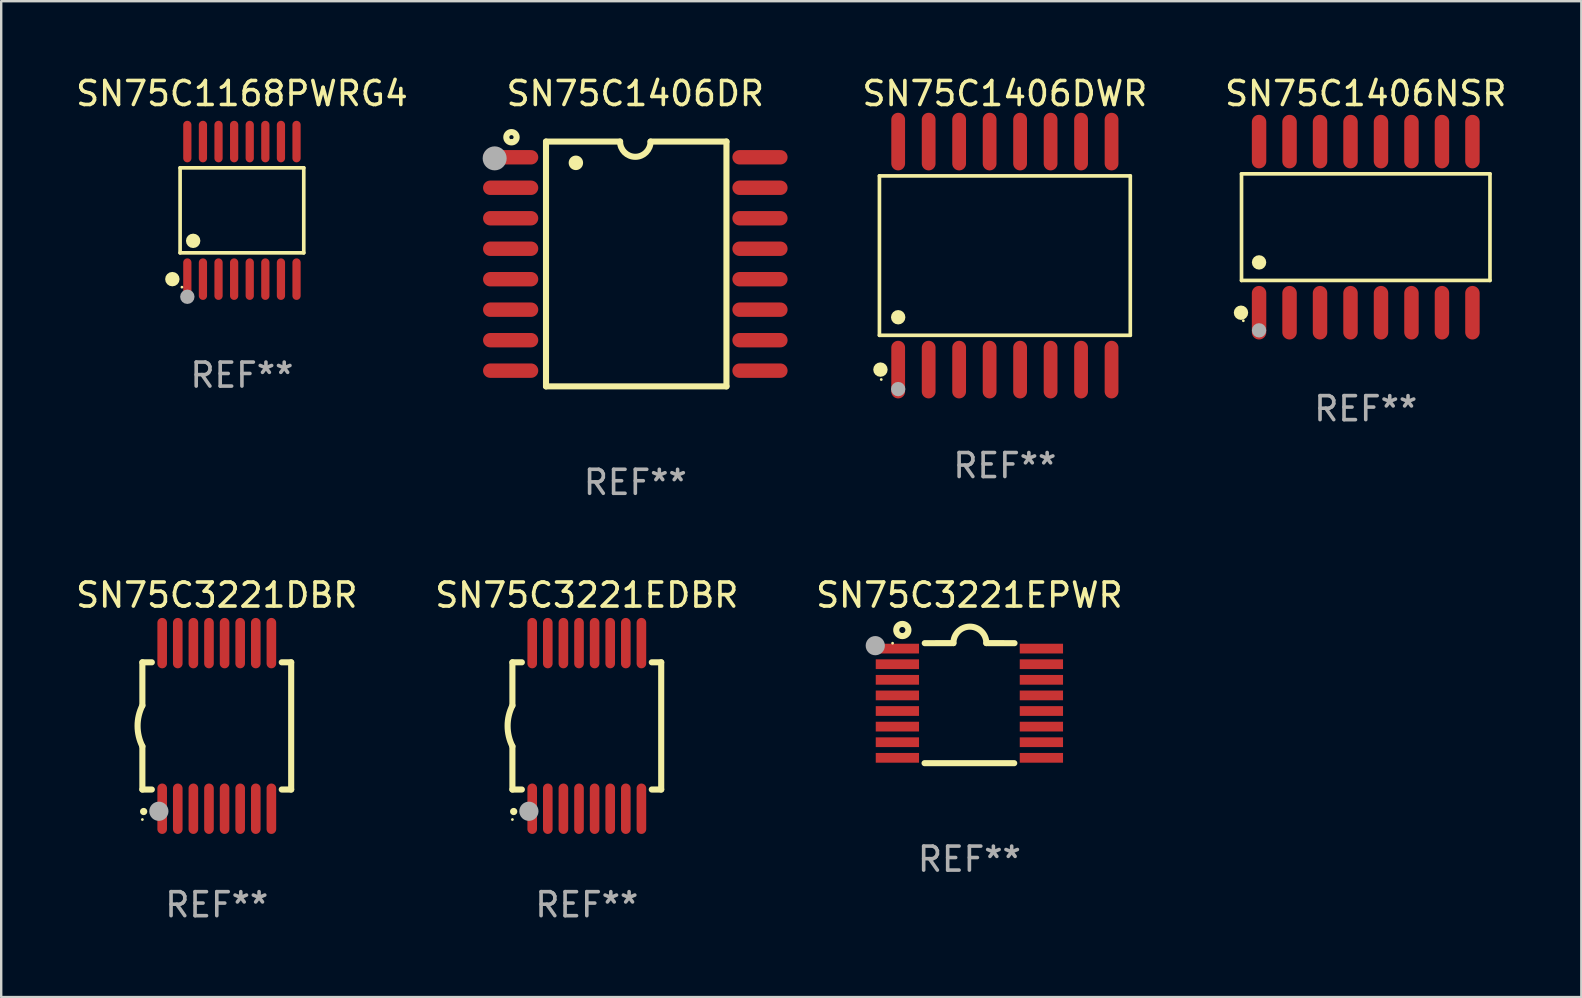
<source format=kicad_pcb>
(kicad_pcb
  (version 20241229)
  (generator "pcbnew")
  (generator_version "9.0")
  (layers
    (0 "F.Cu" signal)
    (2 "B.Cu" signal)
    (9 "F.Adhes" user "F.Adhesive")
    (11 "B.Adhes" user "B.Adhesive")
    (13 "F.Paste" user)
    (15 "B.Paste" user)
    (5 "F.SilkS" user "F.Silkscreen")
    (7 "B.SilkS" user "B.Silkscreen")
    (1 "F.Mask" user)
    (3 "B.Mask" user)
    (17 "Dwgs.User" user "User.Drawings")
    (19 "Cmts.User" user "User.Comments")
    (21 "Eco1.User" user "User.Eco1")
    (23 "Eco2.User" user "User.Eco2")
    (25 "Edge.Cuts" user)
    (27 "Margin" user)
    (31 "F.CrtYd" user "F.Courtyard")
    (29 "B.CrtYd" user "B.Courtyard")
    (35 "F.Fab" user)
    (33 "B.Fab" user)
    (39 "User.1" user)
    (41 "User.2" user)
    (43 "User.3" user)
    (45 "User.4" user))
  (footprint "SN75C1168PWRG4"
    (layer "F.Cu")
    (at 7.03 5.714)
    (property "Reference" "SN75C1168PWRG4" (at 0 -4.866 0) (layer "F.SilkS") (effects (font (size 1 1) (thickness 0.15))))
    (attr through_hole)
    (fp_line (start -2.576 -1.772) (end 2.576 -1.772) (stroke (width 0.152) (type solid)) (layer "F.SilkS"))
    (fp_line (start -2.576 1.771) (end -2.576 -1.772) (stroke (width 0.152) (type solid)) (layer "F.SilkS"))
    (fp_line (start 2.576 -1.772) (end 2.576 1.771) (stroke (width 0.152) (type solid)) (layer "F.SilkS"))
    (fp_line (start 2.576 1.771) (end -2.576 1.771) (stroke (width 0.152) (type solid)) (layer "F.SilkS"))
    (fp_circle (center -2.899 2.866) (end -2.749 2.866) (stroke (width 0.3) (type solid)) (fill no) (layer "F.SilkS"))
    (fp_circle (center -2.5 3.2) (end -2.47 3.2) (stroke (width 0.06) (type solid)) (fill no) (layer "F.SilkS"))
    (fp_circle (center -2.032 1.27) (end -1.882 1.27) (stroke (width 0.3) (type solid)) (fill no) (layer "F.SilkS"))
    (fp_circle (center -2.275 3.6) (end -2.125 3.6) (stroke (width 0.3) (type solid)) (fill no) (layer "F.Fab"))
    (fp_text user "REF**" (at 0 6.866 0) (layer "F.Fab") (effects (font (size 1 1) (thickness 0.15))))
    (pad "1" smd oval (at -2.275 2.866) (size 0.343 1.731) (layers "F.Cu" "F.Mask" "F.Paste"))
    (pad "2" smd oval (at -1.625 2.866) (size 0.343 1.731) (layers "F.Cu" "F.Mask" "F.Paste"))
    (pad "3" smd oval (at -0.975 2.866) (size 0.343 1.731) (layers "F.Cu" "F.Mask" "F.Paste"))
    (pad "4" smd oval (at -0.325 2.866) (size 0.343 1.731) (layers "F.Cu" "F.Mask" "F.Paste"))
    (pad "5" smd oval (at 0.325 2.866) (size 0.343 1.731) (layers "F.Cu" "F.Mask" "F.Paste"))
    (pad "6" smd oval (at 0.975 2.866) (size 0.343 1.731) (layers "F.Cu" "F.Mask" "F.Paste"))
    (pad "7" smd oval (at 1.625 2.866) (size 0.343 1.731) (layers "F.Cu" "F.Mask" "F.Paste"))
    (pad "8" smd oval (at 2.275 2.866) (size 0.343 1.731) (layers "F.Cu" "F.Mask" "F.Paste"))
    (pad "9" smd oval (at 2.275 -2.866) (size 0.343 1.731) (layers "F.Cu" "F.Mask" "F.Paste"))
    (pad "10" smd oval (at 1.625 -2.866) (size 0.343 1.731) (layers "F.Cu" "F.Mask" "F.Paste"))
    (pad "11" smd oval (at 0.975 -2.866) (size 0.343 1.731) (layers "F.Cu" "F.Mask" "F.Paste"))
    (pad "12" smd oval (at 0.325 -2.866) (size 0.343 1.731) (layers "F.Cu" "F.Mask" "F.Paste"))
    (pad "13" smd oval (at -0.325 -2.866) (size 0.343 1.731) (layers "F.Cu" "F.Mask" "F.Paste"))
    (pad "14" smd oval (at -0.975 -2.866) (size 0.343 1.731) (layers "F.Cu" "F.Mask" "F.Paste"))
    (pad "15" smd oval (at -1.625 -2.866) (size 0.343 1.731) (layers "F.Cu" "F.Mask" "F.Paste"))
    (pad "16" smd oval (at -2.275 -2.866) (size 0.343 1.731) (layers "F.Cu" "F.Mask" "F.Paste")))
  (footprint "SN75C3221DBR"
    (layer "F.Cu")
    (at 5.982 27.195)
    (property "Reference" "SN75C3221DBR" (at 0 -5.45 0) (layer "F.SilkS") (effects (font (size 1 1) (thickness 0.15))))
    (attr through_hole)
    (fp_line (start -3.1 -2.65) (end -3.1 -0.85) (stroke (width 0.254) (type solid)) (layer "F.SilkS"))
    (fp_line (start -3.1 -2.65) (end -2.706 -2.65) (stroke (width 0.254) (type solid)) (layer "F.SilkS"))
    (fp_line (start -3.1 2.65) (end -3.1 0.85) (stroke (width 0.254) (type solid)) (layer "F.SilkS"))
    (fp_line (start -3.1 2.65) (end -2.706 2.65) (stroke (width 0.254) (type solid)) (layer "F.SilkS"))
    (fp_line (start 2.706 -2.65) (end 3.1 -2.65) (stroke (width 0.254) (type solid)) (layer "F.SilkS"))
    (fp_line (start 2.706 2.65) (end 3.1 2.65) (stroke (width 0.254) (type solid)) (layer "F.SilkS"))
    (fp_line (start 3.1 -2.65) (end 3.1 2.65) (stroke (width 0.254) (type solid)) (layer "F.SilkS"))
    (fp_arc (start -3.098907 0.850902) (mid -3.300057 0.000523) (end -3.1 -0.850114) (stroke (width 0.254001) (type solid)) (layer "F.SilkS"))
    (fp_arc (start -3.048006 3.566066) (mid -3.046736 3.566061) (end -3.045466 3.566066) (stroke (width 0.3) (type solid)) (layer "F.SilkS"))
    (fp_circle (center -3.1 3.9) (end -3.07 3.9) (stroke (width 0.06) (type solid)) (fill no) (layer "F.SilkS"))
    (fp_circle (center -2.413 3.556) (end -2.213 3.556) (stroke (width 0.4) (type solid)) (fill no) (layer "F.Fab"))
    (fp_text user "REF**" (at 0 7.45 0) (layer "F.Fab") (effects (font (size 1 1) (thickness 0.15))))
    (pad "1" smd oval (at -2.275 3.45 180) (size 0.4 2.1) (layers "F.Cu" "F.Mask" "F.Paste"))
    (pad "2" smd oval (at -1.625 3.45 180) (size 0.4 2.1) (layers "F.Cu" "F.Mask" "F.Paste"))
    (pad "3" smd oval (at -0.975 3.45 180) (size 0.4 2.1) (layers "F.Cu" "F.Mask" "F.Paste"))
    (pad "4" smd oval (at -0.325 3.45 180) (size 0.4 2.1) (layers "F.Cu" "F.Mask" "F.Paste"))
    (pad "5" smd oval (at 0.325 3.45 180) (size 0.4 2.1) (layers "F.Cu" "F.Mask" "F.Paste"))
    (pad "6" smd oval (at 0.975 3.45 180) (size 0.4 2.1) (layers "F.Cu" "F.Mask" "F.Paste"))
    (pad "7" smd oval (at 1.625 3.45 180) (size 0.4 2.1) (layers "F.Cu" "F.Mask" "F.Paste"))
    (pad "8" smd oval (at 2.275 3.45 180) (size 0.4 2.1) (layers "F.Cu" "F.Mask" "F.Paste"))
    (pad "9" smd oval (at 2.275 -3.45 180) (size 0.4 2.1) (layers "F.Cu" "F.Mask" "F.Paste"))
    (pad "10" smd oval (at 1.625 -3.45 180) (size 0.4 2.1) (layers "F.Cu" "F.Mask" "F.Paste"))
    (pad "11" smd oval (at 0.975 -3.45 180) (size 0.4 2.1) (layers "F.Cu" "F.Mask" "F.Paste"))
    (pad "12" smd oval (at 0.325 -3.45 180) (size 0.4 2.1) (layers "F.Cu" "F.Mask" "F.Paste"))
    (pad "13" smd oval (at -0.325 -3.45 180) (size 0.4 2.1) (layers "F.Cu" "F.Mask" "F.Paste"))
    (pad "14" smd oval (at -0.975 -3.45 180) (size 0.4 2.1) (layers "F.Cu" "F.Mask" "F.Paste"))
    (pad "15" smd oval (at -1.625 -3.45 180) (size 0.4 2.1) (layers "F.Cu" "F.Mask" "F.Paste"))
    (pad "16" smd oval (at -2.275 -3.45 180) (size 0.4 2.1) (layers "F.Cu" "F.Mask" "F.Paste")))
  (footprint "SN75C3221EDBR"
    (layer "F.Cu")
    (at 21.399 27.195)
    (property "Reference" "SN75C3221EDBR" (at 0 -5.45 0) (layer "F.SilkS") (effects (font (size 1 1) (thickness 0.15))))
    (attr through_hole)
    (fp_line (start -3.1 -2.65) (end -3.1 -0.85) (stroke (width 0.254) (type solid)) (layer "F.SilkS"))
    (fp_line (start -3.1 -2.65) (end -2.706 -2.65) (stroke (width 0.254) (type solid)) (layer "F.SilkS"))
    (fp_line (start -3.1 2.65) (end -3.1 0.85) (stroke (width 0.254) (type solid)) (layer "F.SilkS"))
    (fp_line (start -3.1 2.65) (end -2.706 2.65) (stroke (width 0.254) (type solid)) (layer "F.SilkS"))
    (fp_line (start 2.706 -2.65) (end 3.1 -2.65) (stroke (width 0.254) (type solid)) (layer "F.SilkS"))
    (fp_line (start 2.706 2.65) (end 3.1 2.65) (stroke (width 0.254) (type solid)) (layer "F.SilkS"))
    (fp_line (start 3.1 -2.65) (end 3.1 2.65) (stroke (width 0.254) (type solid)) (layer "F.SilkS"))
    (fp_arc (start -3.098907 0.850902) (mid -3.300057 0.000523) (end -3.1 -0.850114) (stroke (width 0.254001) (type solid)) (layer "F.SilkS"))
    (fp_arc (start -3.048006 3.566066) (mid -3.046736 3.566061) (end -3.045466 3.566066) (stroke (width 0.3) (type solid)) (layer "F.SilkS"))
    (fp_circle (center -3.1 3.9) (end -3.07 3.9) (stroke (width 0.06) (type solid)) (fill no) (layer "F.SilkS"))
    (fp_circle (center -2.413 3.556) (end -2.213 3.556) (stroke (width 0.4) (type solid)) (fill no) (layer "F.Fab"))
    (fp_text user "REF**" (at 0 7.45 0) (layer "F.Fab") (effects (font (size 1 1) (thickness 0.15))))
    (pad "1" smd oval (at -2.275 3.45 180) (size 0.4 2.1) (layers "F.Cu" "F.Mask" "F.Paste"))
    (pad "2" smd oval (at -1.625 3.45 180) (size 0.4 2.1) (layers "F.Cu" "F.Mask" "F.Paste"))
    (pad "3" smd oval (at -0.975 3.45 180) (size 0.4 2.1) (layers "F.Cu" "F.Mask" "F.Paste"))
    (pad "4" smd oval (at -0.325 3.45 180) (size 0.4 2.1) (layers "F.Cu" "F.Mask" "F.Paste"))
    (pad "5" smd oval (at 0.325 3.45 180) (size 0.4 2.1) (layers "F.Cu" "F.Mask" "F.Paste"))
    (pad "6" smd oval (at 0.975 3.45 180) (size 0.4 2.1) (layers "F.Cu" "F.Mask" "F.Paste"))
    (pad "7" smd oval (at 1.625 3.45 180) (size 0.4 2.1) (layers "F.Cu" "F.Mask" "F.Paste"))
    (pad "8" smd oval (at 2.275 3.45 180) (size 0.4 2.1) (layers "F.Cu" "F.Mask" "F.Paste"))
    (pad "9" smd oval (at 2.275 -3.45 180) (size 0.4 2.1) (layers "F.Cu" "F.Mask" "F.Paste"))
    (pad "10" smd oval (at 1.625 -3.45 180) (size 0.4 2.1) (layers "F.Cu" "F.Mask" "F.Paste"))
    (pad "11" smd oval (at 0.975 -3.45 180) (size 0.4 2.1) (layers "F.Cu" "F.Mask" "F.Paste"))
    (pad "12" smd oval (at 0.325 -3.45 180) (size 0.4 2.1) (layers "F.Cu" "F.Mask" "F.Paste"))
    (pad "13" smd oval (at -0.325 -3.45 180) (size 0.4 2.1) (layers "F.Cu" "F.Mask" "F.Paste"))
    (pad "14" smd oval (at -0.975 -3.45 180) (size 0.4 2.1) (layers "F.Cu" "F.Mask" "F.Paste"))
    (pad "15" smd oval (at -1.625 -3.45 180) (size 0.4 2.1) (layers "F.Cu" "F.Mask" "F.Paste"))
    (pad "16" smd oval (at -2.275 -3.45 180) (size 0.4 2.1) (layers "F.Cu" "F.Mask" "F.Paste")))
  (footprint "SN75C1406DWR"
    (layer "F.Cu")
    (at 38.817 7.599)
    (property "Reference" "SN75C1406DWR" (at 0 -6.75 0) (layer "F.SilkS") (effects (font (size 1 1) (thickness 0.15))))
    (attr through_hole)
    (fp_line (start -5.226 -3.321) (end 5.226 -3.321) (stroke (width 0.152) (type solid)) (layer "F.SilkS"))
    (fp_line (start -5.226 3.321) (end -5.226 -3.321) (stroke (width 0.152) (type solid)) (layer "F.SilkS"))
    (fp_line (start 5.226 -3.321) (end 5.226 3.321) (stroke (width 0.152) (type solid)) (layer "F.SilkS"))
    (fp_line (start 5.226 3.321) (end -5.226 3.321) (stroke (width 0.152) (type solid)) (layer "F.SilkS"))
    (fp_circle (center -5.184 4.75) (end -5.034 4.75) (stroke (width 0.3) (type solid)) (fill no) (layer "F.SilkS"))
    (fp_circle (center -5.15 5.163) (end -5.12 5.163) (stroke (width 0.06) (type solid)) (fill no) (layer "F.SilkS"))
    (fp_circle (center -4.445 2.569) (end -4.295 2.569) (stroke (width 0.3) (type solid)) (fill no) (layer "F.SilkS"))
    (fp_circle (center -4.445 5.563) (end -4.295 5.563) (stroke (width 0.3) (type solid)) (fill no) (layer "F.Fab"))
    (fp_text user "REF**" (at 0 8.75 0) (layer "F.Fab") (effects (font (size 1 1) (thickness 0.15))))
    (pad "1" smd oval (at -4.445 4.75) (size 0.574 2.401) (layers "F.Cu" "F.Mask" "F.Paste"))
    (pad "2" smd oval (at -3.175 4.75) (size 0.574 2.401) (layers "F.Cu" "F.Mask" "F.Paste"))
    (pad "3" smd oval (at -1.905 4.75) (size 0.574 2.401) (layers "F.Cu" "F.Mask" "F.Paste"))
    (pad "4" smd oval (at -0.635 4.75) (size 0.574 2.401) (layers "F.Cu" "F.Mask" "F.Paste"))
    (pad "5" smd oval (at 0.635 4.75) (size 0.574 2.401) (layers "F.Cu" "F.Mask" "F.Paste"))
    (pad "6" smd oval (at 1.905 4.75) (size 0.574 2.401) (layers "F.Cu" "F.Mask" "F.Paste"))
    (pad "7" smd oval (at 3.175 4.75) (size 0.574 2.401) (layers "F.Cu" "F.Mask" "F.Paste"))
    (pad "8" smd oval (at 4.445 4.75) (size 0.574 2.401) (layers "F.Cu" "F.Mask" "F.Paste"))
    (pad "9" smd oval (at 4.445 -4.75) (size 0.574 2.401) (layers "F.Cu" "F.Mask" "F.Paste"))
    (pad "10" smd oval (at 3.175 -4.75) (size 0.574 2.401) (layers "F.Cu" "F.Mask" "F.Paste"))
    (pad "11" smd oval (at 1.905 -4.75) (size 0.574 2.401) (layers "F.Cu" "F.Mask" "F.Paste"))
    (pad "12" smd oval (at 0.635 -4.75) (size 0.574 2.401) (layers "F.Cu" "F.Mask" "F.Paste"))
    (pad "13" smd oval (at -0.635 -4.75) (size 0.574 2.401) (layers "F.Cu" "F.Mask" "F.Paste"))
    (pad "14" smd oval (at -1.905 -4.75) (size 0.574 2.401) (layers "F.Cu" "F.Mask" "F.Paste"))
    (pad "15" smd oval (at -3.175 -4.75) (size 0.574 2.401) (layers "F.Cu" "F.Mask" "F.Paste"))
    (pad "16" smd oval (at -4.445 -4.75) (size 0.574 2.401) (layers "F.Cu" "F.Mask" "F.Paste")))
  (footprint "SN75C3221EPWR"
    (layer "F.Cu")
    (at 37.339 26.246)
    (property "Reference" "SN75C3221EPWR" (at 0 -4.501 0) (layer "F.SilkS") (effects (font (size 1 1) (thickness 0.15))))
    (attr through_hole)
    (fp_line (start -1.868 2.501) (end 1.868 2.501) (stroke (width 0.254) (type solid)) (layer "F.SilkS"))
    (fp_line (start -1.86 -2.499) (end -0.666 -2.501) (stroke (width 0.254) (type solid)) (layer "F.SilkS"))
    (fp_line (start 0.706 -2.501) (end 1.88 -2.499) (stroke (width 0.254) (type solid)) (layer "F.SilkS"))
    (fp_arc (start -0.665914 -2.501448) (mid 0.019888 -3.18725) (end 0.70569 -2.501448) (stroke (width 0.254001) (type solid)) (layer "F.SilkS"))
    (fp_circle (center -3.2 -2.497) (end -3.17 -2.497) (stroke (width 0.06) (type solid)) (fill no) (layer "F.SilkS"))
    (fp_circle (center -2.794 -3.047) (end -2.54 -3.047) (stroke (width 0.254) (type solid)) (fill no) (layer "F.SilkS"))
    (fp_circle (center -3.921 -2.395) (end -3.721 -2.395) (stroke (width 0.4) (type solid)) (fill no) (layer "F.Fab"))
    (fp_text user "REF**" (at 0 6.501 0) (layer "F.Fab") (effects (font (size 1 1) (thickness 0.15))))
    (pad "1" smd rect (at -3 -2.272) (size 1.803 0.406) (layers "F.Cu" "F.Mask" "F.Paste"))
    (pad "2" smd rect (at -3 -1.622) (size 1.803 0.406) (layers "F.Cu" "F.Mask" "F.Paste"))
    (pad "3" smd rect (at -3 -0.972) (size 1.803 0.406) (layers "F.Cu" "F.Mask" "F.Paste"))
    (pad "4" smd rect (at -3 -0.322) (size 1.803 0.406) (layers "F.Cu" "F.Mask" "F.Paste"))
    (pad "5" smd rect (at -3 0.328) (size 1.803 0.406) (layers "F.Cu" "F.Mask" "F.Paste"))
    (pad "6" smd rect (at -3 0.978) (size 1.803 0.406) (layers "F.Cu" "F.Mask" "F.Paste"))
    (pad "7" smd rect (at -3 1.628) (size 1.803 0.406) (layers "F.Cu" "F.Mask" "F.Paste"))
    (pad "8" smd rect (at -3 2.278) (size 1.803 0.406) (layers "F.Cu" "F.Mask" "F.Paste"))
    (pad "9" smd rect (at 3 2.278) (size 1.803 0.406) (layers "F.Cu" "F.Mask" "F.Paste"))
    (pad "10" smd rect (at 3 1.628) (size 1.803 0.406) (layers "F.Cu" "F.Mask" "F.Paste"))
    (pad "11" smd rect (at 3 0.978) (size 1.803 0.406) (layers "F.Cu" "F.Mask" "F.Paste"))
    (pad "12" smd rect (at 3 0.328) (size 1.803 0.406) (layers "F.Cu" "F.Mask" "F.Paste"))
    (pad "13" smd rect (at 3 -0.322) (size 1.803 0.406) (layers "F.Cu" "F.Mask" "F.Paste"))
    (pad "14" smd rect (at 3 -0.972) (size 1.803 0.406) (layers "F.Cu" "F.Mask" "F.Paste"))
    (pad "15" smd rect (at 3 -1.622) (size 1.803 0.406) (layers "F.Cu" "F.Mask" "F.Paste"))
    (pad "16" smd rect (at 3 -2.272) (size 1.803 0.406) (layers "F.Cu" "F.Mask" "F.Paste")))
  (footprint "SN75C1406DR"
    (layer "F.Cu")
    (at 23.42 7.948)
    (property "Reference" "SN75C1406DR" (at 0 -7.1 0) (layer "F.SilkS") (effects (font (size 1 1) (thickness 0.15))))
    (attr through_hole)
    (fp_line (start -3.721 -5.1) (end -3.721 5.1) (stroke (width 0.254) (type solid)) (layer "F.SilkS"))
    (fp_line (start -3.721 -5.1) (end -0.635 -5.1) (stroke (width 0.254) (type solid)) (layer "F.SilkS"))
    (fp_line (start -3.721 5.1) (end 3.797 5.1) (stroke (width 0.254) (type solid)) (layer "F.SilkS"))
    (fp_line (start 3.797 -5.1) (end 0.635 -5.1) (stroke (width 0.254) (type solid)) (layer "F.SilkS"))
    (fp_line (start 3.797 5.1) (end 3.797 -5.1) (stroke (width 0.254) (type solid)) (layer "F.SilkS"))
    (fp_arc (start -2.476556 -4.211328) (mid -2.476567 -4.213868) (end -2.476556 -4.216408) (stroke (width 0.6) (type solid)) (layer "F.SilkS"))
    (fp_arc (start 0.63495 -5.100076) (mid -0.000178 -4.465329) (end -0.635052 -5.10033) (stroke (width 0.254001) (type solid)) (layer "F.SilkS"))
    (fp_circle (center -5.16 -5.28) (end -4.945 -5.28) (stroke (width 0.254) (type solid)) (fill no) (layer "F.SilkS"))
    (fp_circle (center -5.15 -5.15) (end -5.12 -5.15) (stroke (width 0.06) (type solid)) (fill no) (layer "F.SilkS"))
    (fp_circle (center -5.86 -4.4) (end -5.61 -4.4) (stroke (width 0.5) (type solid)) (fill no) (layer "F.Fab"))
    (fp_text user "REF**" (at 0 9.1 0) (layer "F.Fab") (effects (font (size 1 1) (thickness 0.15))))
    (pad "1" smd oval (at -5.194 -4.445) (size 2.3 0.6) (layers "F.Cu" "F.Mask" "F.Paste"))
    (pad "2" smd oval (at -5.194 -3.175) (size 2.3 0.6) (layers "F.Cu" "F.Mask" "F.Paste"))
    (pad "3" smd oval (at -5.194 -1.905) (size 2.3 0.6) (layers "F.Cu" "F.Mask" "F.Paste"))
    (pad "4" smd oval (at -5.194 -0.635) (size 2.3 0.6) (layers "F.Cu" "F.Mask" "F.Paste"))
    (pad "5" smd oval (at -5.194 0.635) (size 2.3 0.6) (layers "F.Cu" "F.Mask" "F.Paste"))
    (pad "6" smd oval (at -5.194 1.905) (size 2.3 0.6) (layers "F.Cu" "F.Mask" "F.Paste"))
    (pad "7" smd oval (at -5.194 3.175) (size 2.3 0.6) (layers "F.Cu" "F.Mask" "F.Paste"))
    (pad "8" smd oval (at -5.194 4.445) (size 2.3 0.6) (layers "F.Cu" "F.Mask" "F.Paste"))
    (pad "9" smd oval (at 5.194 4.445) (size 2.3 0.6) (layers "F.Cu" "F.Mask" "F.Paste"))
    (pad "10" smd oval (at 5.194 3.175) (size 2.3 0.6) (layers "F.Cu" "F.Mask" "F.Paste"))
    (pad "11" smd oval (at 5.194 1.905) (size 2.3 0.6) (layers "F.Cu" "F.Mask" "F.Paste"))
    (pad "12" smd oval (at 5.194 0.635) (size 2.3 0.6) (layers "F.Cu" "F.Mask" "F.Paste"))
    (pad "13" smd oval (at 5.194 -0.635) (size 2.3 0.6) (layers "F.Cu" "F.Mask" "F.Paste"))
    (pad "14" smd oval (at 5.194 -1.905) (size 2.3 0.6) (layers "F.Cu" "F.Mask" "F.Paste"))
    (pad "15" smd oval (at 5.194 -3.175) (size 2.3 0.6) (layers "F.Cu" "F.Mask" "F.Paste"))
    (pad "16" smd oval (at 5.194 -4.445) (size 2.3 0.6) (layers "F.Cu" "F.Mask" "F.Paste")))
  (footprint "SN75C1406NSR"
    (layer "F.Cu")
    (at 53.853 6.414)
    (property "Reference" "SN75C1406NSR" (at 0 -5.565 0) (layer "F.SilkS") (effects (font (size 1 1) (thickness 0.15))))
    (attr through_hole)
    (fp_line (start -5.176 -2.221) (end 5.176 -2.221) (stroke (width 0.152) (type solid)) (layer "F.SilkS"))
    (fp_line (start -5.176 2.221) (end -5.176 -2.221) (stroke (width 0.152) (type solid)) (layer "F.SilkS"))
    (fp_line (start 5.176 -2.221) (end 5.176 2.221) (stroke (width 0.152) (type solid)) (layer "F.SilkS"))
    (fp_line (start 5.176 2.221) (end -5.176 2.221) (stroke (width 0.152) (type solid)) (layer "F.SilkS"))
    (fp_circle (center -5.198 3.565) (end -5.048 3.565) (stroke (width 0.3) (type solid)) (fill no) (layer "F.SilkS"))
    (fp_circle (center -5.1 3.9) (end -5.07 3.9) (stroke (width 0.06) (type solid)) (fill no) (layer "F.SilkS"))
    (fp_circle (center -4.445 1.469) (end -4.295 1.469) (stroke (width 0.3) (type solid)) (fill no) (layer "F.SilkS"))
    (fp_circle (center -4.445 4.3) (end -4.295 4.3) (stroke (width 0.3) (type solid)) (fill no) (layer "F.Fab"))
    (fp_text user "REF**" (at 0 7.565 0) (layer "F.Fab") (effects (font (size 1 1) (thickness 0.15))))
    (pad "1" smd oval (at -4.445 3.565) (size 0.602 2.231) (layers "F.Cu" "F.Mask" "F.Paste"))
    (pad "2" smd oval (at -3.175 3.565) (size 0.602 2.231) (layers "F.Cu" "F.Mask" "F.Paste"))
    (pad "3" smd oval (at -1.905 3.565) (size 0.602 2.231) (layers "F.Cu" "F.Mask" "F.Paste"))
    (pad "4" smd oval (at -0.635 3.565) (size 0.602 2.231) (layers "F.Cu" "F.Mask" "F.Paste"))
    (pad "5" smd oval (at 0.635 3.565) (size 0.602 2.231) (layers "F.Cu" "F.Mask" "F.Paste"))
    (pad "6" smd oval (at 1.905 3.565) (size 0.602 2.231) (layers "F.Cu" "F.Mask" "F.Paste"))
    (pad "7" smd oval (at 3.175 3.565) (size 0.602 2.231) (layers "F.Cu" "F.Mask" "F.Paste"))
    (pad "8" smd oval (at 4.445 3.565) (size 0.602 2.231) (layers "F.Cu" "F.Mask" "F.Paste"))
    (pad "9" smd oval (at 4.445 -3.565) (size 0.602 2.231) (layers "F.Cu" "F.Mask" "F.Paste"))
    (pad "10" smd oval (at 3.175 -3.565) (size 0.602 2.231) (layers "F.Cu" "F.Mask" "F.Paste"))
    (pad "11" smd oval (at 1.905 -3.565) (size 0.602 2.231) (layers "F.Cu" "F.Mask" "F.Paste"))
    (pad "12" smd oval (at 0.635 -3.565) (size 0.602 2.231) (layers "F.Cu" "F.Mask" "F.Paste"))
    (pad "13" smd oval (at -0.635 -3.565) (size 0.602 2.231) (layers "F.Cu" "F.Mask" "F.Paste"))
    (pad "14" smd oval (at -1.905 -3.565) (size 0.602 2.231) (layers "F.Cu" "F.Mask" "F.Paste"))
    (pad "15" smd oval (at -3.175 -3.565) (size 0.602 2.231) (layers "F.Cu" "F.Mask" "F.Paste"))
    (pad "16" smd oval (at -4.445 -3.565) (size 0.602 2.231) (layers "F.Cu" "F.Mask" "F.Paste")))
  (gr_rect
    (start -3 -3)
    (end 62.835 38.493)
    (stroke (width 0.1) (type default))
    (fill no)
    (layer "Edge.Cuts")))
</source>
